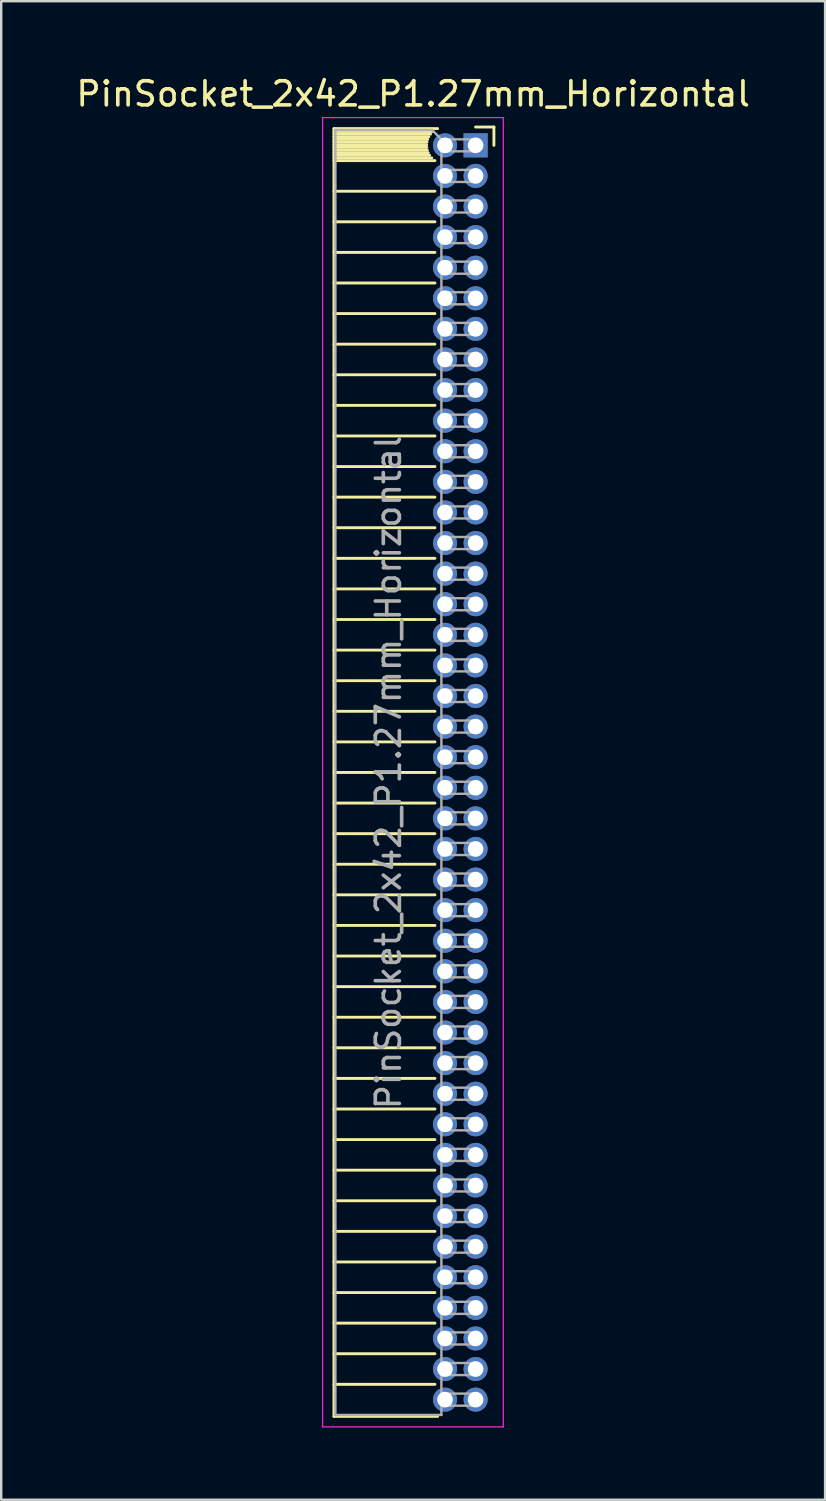
<source format=kicad_pcb>
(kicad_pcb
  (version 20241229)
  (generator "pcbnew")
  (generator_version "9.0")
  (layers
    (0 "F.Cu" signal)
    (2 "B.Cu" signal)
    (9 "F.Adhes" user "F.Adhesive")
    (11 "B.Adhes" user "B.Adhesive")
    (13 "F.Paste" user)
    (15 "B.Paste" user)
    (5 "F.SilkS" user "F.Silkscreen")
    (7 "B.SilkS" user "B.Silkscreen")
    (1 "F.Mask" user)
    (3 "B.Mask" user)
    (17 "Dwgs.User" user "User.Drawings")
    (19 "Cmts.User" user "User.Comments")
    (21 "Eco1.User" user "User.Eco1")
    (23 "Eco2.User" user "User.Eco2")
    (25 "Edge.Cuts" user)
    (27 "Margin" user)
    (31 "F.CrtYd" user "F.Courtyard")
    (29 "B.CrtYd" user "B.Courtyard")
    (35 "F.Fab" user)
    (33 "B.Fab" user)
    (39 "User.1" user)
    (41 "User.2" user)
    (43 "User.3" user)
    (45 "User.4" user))
  (footprint "PinSocket_2x42_P1.27mm_Horizontal"
    (layer "F.Cu")
    (at 16.694 2.983)
    (property "Reference" "PinSocket_2x42_P1.27mm_Horizontal" (at -2.592 -2.135 0) (layer "F.SilkS") (effects (font (size 1 1) (thickness 0.15))))
    (attr through_hole)
    (fp_line (start -5.88 -0.695) (end -5.88 52.765) (stroke (width 0.12) (type solid)) (layer "F.SilkS"))
    (fp_line (start -5.88 -0.695) (end -1.578 -0.695) (stroke (width 0.12) (type solid)) (layer "F.SilkS"))
    (fp_line (start -5.88 -0.575) (end -1.767 -0.575) (stroke (width 0.12) (type solid)) (layer "F.SilkS"))
    (fp_line (start -5.88 -0.465) (end -1.871 -0.465) (stroke (width 0.12) (type solid)) (layer "F.SilkS"))
    (fp_line (start -5.88 -0.355) (end -1.942 -0.355) (stroke (width 0.12) (type solid)) (layer "F.SilkS"))
    (fp_line (start -5.88 -0.245) (end -1.989 -0.245) (stroke (width 0.12) (type solid)) (layer "F.SilkS"))
    (fp_line (start -5.88 -0.135) (end -2.018 -0.135) (stroke (width 0.12) (type solid)) (layer "F.SilkS"))
    (fp_line (start -5.88 -0.025) (end -2.03 -0.025) (stroke (width 0.12) (type solid)) (layer "F.SilkS"))
    (fp_line (start -5.88 0.085) (end -2.025 0.085) (stroke (width 0.12) (type solid)) (layer "F.SilkS"))
    (fp_line (start -5.88 0.195) (end -2.005 0.195) (stroke (width 0.12) (type solid)) (layer "F.SilkS"))
    (fp_line (start -5.88 0.305) (end -1.966 0.305) (stroke (width 0.12) (type solid)) (layer "F.SilkS"))
    (fp_line (start -5.88 0.415) (end -1.907 0.415) (stroke (width 0.12) (type solid)) (layer "F.SilkS"))
    (fp_line (start -5.88 0.525) (end -1.82 0.525) (stroke (width 0.12) (type solid)) (layer "F.SilkS"))
    (fp_line (start -5.88 0.635) (end -1.688 0.635) (stroke (width 0.12) (type solid)) (layer "F.SilkS"))
    (fp_line (start -5.88 1.905) (end -1.688 1.905) (stroke (width 0.12) (type solid)) (layer "F.SilkS"))
    (fp_line (start -5.88 3.175) (end -1.688 3.175) (stroke (width 0.12) (type solid)) (layer "F.SilkS"))
    (fp_line (start -5.88 4.445) (end -1.688 4.445) (stroke (width 0.12) (type solid)) (layer "F.SilkS"))
    (fp_line (start -5.88 5.715) (end -1.688 5.715) (stroke (width 0.12) (type solid)) (layer "F.SilkS"))
    (fp_line (start -5.88 6.985) (end -1.688 6.985) (stroke (width 0.12) (type solid)) (layer "F.SilkS"))
    (fp_line (start -5.88 8.255) (end -1.688 8.255) (stroke (width 0.12) (type solid)) (layer "F.SilkS"))
    (fp_line (start -5.88 9.525) (end -1.688 9.525) (stroke (width 0.12) (type solid)) (layer "F.SilkS"))
    (fp_line (start -5.88 10.795) (end -1.688 10.795) (stroke (width 0.12) (type solid)) (layer "F.SilkS"))
    (fp_line (start -5.88 12.065) (end -1.688 12.065) (stroke (width 0.12) (type solid)) (layer "F.SilkS"))
    (fp_line (start -5.88 13.335) (end -1.688 13.335) (stroke (width 0.12) (type solid)) (layer "F.SilkS"))
    (fp_line (start -5.88 14.605) (end -1.688 14.605) (stroke (width 0.12) (type solid)) (layer "F.SilkS"))
    (fp_line (start -5.88 15.875) (end -1.688 15.875) (stroke (width 0.12) (type solid)) (layer "F.SilkS"))
    (fp_line (start -5.88 17.145) (end -1.688 17.145) (stroke (width 0.12) (type solid)) (layer "F.SilkS"))
    (fp_line (start -5.88 18.415) (end -1.688 18.415) (stroke (width 0.12) (type solid)) (layer "F.SilkS"))
    (fp_line (start -5.88 19.685) (end -1.688 19.685) (stroke (width 0.12) (type solid)) (layer "F.SilkS"))
    (fp_line (start -5.88 20.955) (end -1.688 20.955) (stroke (width 0.12) (type solid)) (layer "F.SilkS"))
    (fp_line (start -5.88 22.225) (end -1.688 22.225) (stroke (width 0.12) (type solid)) (layer "F.SilkS"))
    (fp_line (start -5.88 23.495) (end -1.688 23.495) (stroke (width 0.12) (type solid)) (layer "F.SilkS"))
    (fp_line (start -5.88 24.765) (end -1.688 24.765) (stroke (width 0.12) (type solid)) (layer "F.SilkS"))
    (fp_line (start -5.88 26.035) (end -1.688 26.035) (stroke (width 0.12) (type solid)) (layer "F.SilkS"))
    (fp_line (start -5.88 27.305) (end -1.688 27.305) (stroke (width 0.12) (type solid)) (layer "F.SilkS"))
    (fp_line (start -5.88 28.575) (end -1.688 28.575) (stroke (width 0.12) (type solid)) (layer "F.SilkS"))
    (fp_line (start -5.88 29.845) (end -1.688 29.845) (stroke (width 0.12) (type solid)) (layer "F.SilkS"))
    (fp_line (start -5.88 31.115) (end -1.688 31.115) (stroke (width 0.12) (type solid)) (layer "F.SilkS"))
    (fp_line (start -5.88 32.385) (end -1.688 32.385) (stroke (width 0.12) (type solid)) (layer "F.SilkS"))
    (fp_line (start -5.88 33.655) (end -1.688 33.655) (stroke (width 0.12) (type solid)) (layer "F.SilkS"))
    (fp_line (start -5.88 34.925) (end -1.688 34.925) (stroke (width 0.12) (type solid)) (layer "F.SilkS"))
    (fp_line (start -5.88 36.195) (end -1.688 36.195) (stroke (width 0.12) (type solid)) (layer "F.SilkS"))
    (fp_line (start -5.88 37.465) (end -1.688 37.465) (stroke (width 0.12) (type solid)) (layer "F.SilkS"))
    (fp_line (start -5.88 38.735) (end -1.688 38.735) (stroke (width 0.12) (type solid)) (layer "F.SilkS"))
    (fp_line (start -5.88 40.005) (end -1.688 40.005) (stroke (width 0.12) (type solid)) (layer "F.SilkS"))
    (fp_line (start -5.88 41.275) (end -1.688 41.275) (stroke (width 0.12) (type solid)) (layer "F.SilkS"))
    (fp_line (start -5.88 42.545) (end -1.688 42.545) (stroke (width 0.12) (type solid)) (layer "F.SilkS"))
    (fp_line (start -5.88 43.815) (end -1.688 43.815) (stroke (width 0.12) (type solid)) (layer "F.SilkS"))
    (fp_line (start -5.88 45.085) (end -1.688 45.085) (stroke (width 0.12) (type solid)) (layer "F.SilkS"))
    (fp_line (start -5.88 46.355) (end -1.688 46.355) (stroke (width 0.12) (type solid)) (layer "F.SilkS"))
    (fp_line (start -5.88 47.625) (end -1.688 47.625) (stroke (width 0.12) (type solid)) (layer "F.SilkS"))
    (fp_line (start -5.88 48.895) (end -1.688 48.895) (stroke (width 0.12) (type solid)) (layer "F.SilkS"))
    (fp_line (start -5.88 50.165) (end -1.688 50.165) (stroke (width 0.12) (type solid)) (layer "F.SilkS"))
    (fp_line (start -5.88 51.435) (end -1.688 51.435) (stroke (width 0.12) (type solid)) (layer "F.SilkS"))
    (fp_line (start -5.88 52.765) (end -1.578 52.765) (stroke (width 0.12) (type solid)) (layer "F.SilkS"))
    (fp_line (start 0 -0.76) (end 0.76 -0.76) (stroke (width 0.12) (type solid)) (layer "F.SilkS"))
    (fp_line (start 0.76 -0.76) (end 0.76 0) (stroke (width 0.12) (type solid)) (layer "F.SilkS"))
    (fp_line (start -6.35 -1.15) (end -6.35 53.2) (stroke (width 0.05) (type solid)) (layer "F.CrtYd"))
    (fp_line (start -6.35 53.2) (end 1.15 53.2) (stroke (width 0.05) (type solid)) (layer "F.CrtYd"))
    (fp_line (start 1.15 -1.15) (end -6.35 -1.15) (stroke (width 0.05) (type solid)) (layer "F.CrtYd"))
    (fp_line (start 1.15 53.2) (end 1.15 -1.15) (stroke (width 0.05) (type solid)) (layer "F.CrtYd"))
    (fp_line (start -5.82 -0.635) (end -1.805 -0.635) (stroke (width 0.1) (type solid)) (layer "F.Fab"))
    (fp_line (start -5.82 52.705) (end -5.82 -0.635) (stroke (width 0.1) (type solid)) (layer "F.Fab"))
    (fp_line (start -1.805 -0.635) (end -1.42 -0.25) (stroke (width 0.1) (type solid)) (layer "F.Fab"))
    (fp_line (start -1.42 -0.25) (end -1.42 52.705) (stroke (width 0.1) (type solid)) (layer "F.Fab"))
    (fp_line (start -1.42 0.25) (end 0 0.25) (stroke (width 0.1) (type solid)) (layer "F.Fab"))
    (fp_line (start -1.42 1.52) (end 0 1.52) (stroke (width 0.1) (type solid)) (layer "F.Fab"))
    (fp_line (start -1.42 2.79) (end 0 2.79) (stroke (width 0.1) (type solid)) (layer "F.Fab"))
    (fp_line (start -1.42 4.06) (end 0 4.06) (stroke (width 0.1) (type solid)) (layer "F.Fab"))
    (fp_line (start -1.42 5.33) (end 0 5.33) (stroke (width 0.1) (type solid)) (layer "F.Fab"))
    (fp_line (start -1.42 6.6) (end 0 6.6) (stroke (width 0.1) (type solid)) (layer "F.Fab"))
    (fp_line (start -1.42 7.87) (end 0 7.87) (stroke (width 0.1) (type solid)) (layer "F.Fab"))
    (fp_line (start -1.42 9.14) (end 0 9.14) (stroke (width 0.1) (type solid)) (layer "F.Fab"))
    (fp_line (start -1.42 10.41) (end 0 10.41) (stroke (width 0.1) (type solid)) (layer "F.Fab"))
    (fp_line (start -1.42 11.68) (end 0 11.68) (stroke (width 0.1) (type solid)) (layer "F.Fab"))
    (fp_line (start -1.42 12.95) (end 0 12.95) (stroke (width 0.1) (type solid)) (layer "F.Fab"))
    (fp_line (start -1.42 14.22) (end 0 14.22) (stroke (width 0.1) (type solid)) (layer "F.Fab"))
    (fp_line (start -1.42 15.49) (end 0 15.49) (stroke (width 0.1) (type solid)) (layer "F.Fab"))
    (fp_line (start -1.42 16.76) (end 0 16.76) (stroke (width 0.1) (type solid)) (layer "F.Fab"))
    (fp_line (start -1.42 18.03) (end 0 18.03) (stroke (width 0.1) (type solid)) (layer "F.Fab"))
    (fp_line (start -1.42 19.3) (end 0 19.3) (stroke (width 0.1) (type solid)) (layer "F.Fab"))
    (fp_line (start -1.42 20.57) (end 0 20.57) (stroke (width 0.1) (type solid)) (layer "F.Fab"))
    (fp_line (start -1.42 21.84) (end 0 21.84) (stroke (width 0.1) (type solid)) (layer "F.Fab"))
    (fp_line (start -1.42 23.11) (end 0 23.11) (stroke (width 0.1) (type solid)) (layer "F.Fab"))
    (fp_line (start -1.42 24.38) (end 0 24.38) (stroke (width 0.1) (type solid)) (layer "F.Fab"))
    (fp_line (start -1.42 25.65) (end 0 25.65) (stroke (width 0.1) (type solid)) (layer "F.Fab"))
    (fp_line (start -1.42 26.92) (end 0 26.92) (stroke (width 0.1) (type solid)) (layer "F.Fab"))
    (fp_line (start -1.42 28.19) (end 0 28.19) (stroke (width 0.1) (type solid)) (layer "F.Fab"))
    (fp_line (start -1.42 29.46) (end 0 29.46) (stroke (width 0.1) (type solid)) (layer "F.Fab"))
    (fp_line (start -1.42 30.73) (end 0 30.73) (stroke (width 0.1) (type solid)) (layer "F.Fab"))
    (fp_line (start -1.42 32) (end 0 32) (stroke (width 0.1) (type solid)) (layer "F.Fab"))
    (fp_line (start -1.42 33.27) (end 0 33.27) (stroke (width 0.1) (type solid)) (layer "F.Fab"))
    (fp_line (start -1.42 34.54) (end 0 34.54) (stroke (width 0.1) (type solid)) (layer "F.Fab"))
    (fp_line (start -1.42 35.81) (end 0 35.81) (stroke (width 0.1) (type solid)) (layer "F.Fab"))
    (fp_line (start -1.42 37.08) (end 0 37.08) (stroke (width 0.1) (type solid)) (layer "F.Fab"))
    (fp_line (start -1.42 38.35) (end 0 38.35) (stroke (width 0.1) (type solid)) (layer "F.Fab"))
    (fp_line (start -1.42 39.62) (end 0 39.62) (stroke (width 0.1) (type solid)) (layer "F.Fab"))
    (fp_line (start -1.42 40.89) (end 0 40.89) (stroke (width 0.1) (type solid)) (layer "F.Fab"))
    (fp_line (start -1.42 42.16) (end 0 42.16) (stroke (width 0.1) (type solid)) (layer "F.Fab"))
    (fp_line (start -1.42 43.43) (end 0 43.43) (stroke (width 0.1) (type solid)) (layer "F.Fab"))
    (fp_line (start -1.42 44.7) (end 0 44.7) (stroke (width 0.1) (type solid)) (layer "F.Fab"))
    (fp_line (start -1.42 45.97) (end 0 45.97) (stroke (width 0.1) (type solid)) (layer "F.Fab"))
    (fp_line (start -1.42 47.24) (end 0 47.24) (stroke (width 0.1) (type solid)) (layer "F.Fab"))
    (fp_line (start -1.42 48.51) (end 0 48.51) (stroke (width 0.1) (type solid)) (layer "F.Fab"))
    (fp_line (start -1.42 49.78) (end 0 49.78) (stroke (width 0.1) (type solid)) (layer "F.Fab"))
    (fp_line (start -1.42 51.05) (end 0 51.05) (stroke (width 0.1) (type solid)) (layer "F.Fab"))
    (fp_line (start -1.42 52.32) (end 0 52.32) (stroke (width 0.1) (type solid)) (layer "F.Fab"))
    (fp_line (start -1.42 52.705) (end -5.82 52.705) (stroke (width 0.1) (type solid)) (layer "F.Fab"))
    (fp_line (start 0 -0.25) (end -1.42 -0.25) (stroke (width 0.1) (type solid)) (layer "F.Fab"))
    (fp_line (start 0 0.25) (end 0 -0.25) (stroke (width 0.1) (type solid)) (layer "F.Fab"))
    (fp_line (start 0 1.02) (end -1.42 1.02) (stroke (width 0.1) (type solid)) (layer "F.Fab"))
    (fp_line (start 0 1.52) (end 0 1.02) (stroke (width 0.1) (type solid)) (layer "F.Fab"))
    (fp_line (start 0 2.29) (end -1.42 2.29) (stroke (width 0.1) (type solid)) (layer "F.Fab"))
    (fp_line (start 0 2.79) (end 0 2.29) (stroke (width 0.1) (type solid)) (layer "F.Fab"))
    (fp_line (start 0 3.56) (end -1.42 3.56) (stroke (width 0.1) (type solid)) (layer "F.Fab"))
    (fp_line (start 0 4.06) (end 0 3.56) (stroke (width 0.1) (type solid)) (layer "F.Fab"))
    (fp_line (start 0 4.83) (end -1.42 4.83) (stroke (width 0.1) (type solid)) (layer "F.Fab"))
    (fp_line (start 0 5.33) (end 0 4.83) (stroke (width 0.1) (type solid)) (layer "F.Fab"))
    (fp_line (start 0 6.1) (end -1.42 6.1) (stroke (width 0.1) (type solid)) (layer "F.Fab"))
    (fp_line (start 0 6.6) (end 0 6.1) (stroke (width 0.1) (type solid)) (layer "F.Fab"))
    (fp_line (start 0 7.37) (end -1.42 7.37) (stroke (width 0.1) (type solid)) (layer "F.Fab"))
    (fp_line (start 0 7.87) (end 0 7.37) (stroke (width 0.1) (type solid)) (layer "F.Fab"))
    (fp_line (start 0 8.64) (end -1.42 8.64) (stroke (width 0.1) (type solid)) (layer "F.Fab"))
    (fp_line (start 0 9.14) (end 0 8.64) (stroke (width 0.1) (type solid)) (layer "F.Fab"))
    (fp_line (start 0 9.91) (end -1.42 9.91) (stroke (width 0.1) (type solid)) (layer "F.Fab"))
    (fp_line (start 0 10.41) (end 0 9.91) (stroke (width 0.1) (type solid)) (layer "F.Fab"))
    (fp_line (start 0 11.18) (end -1.42 11.18) (stroke (width 0.1) (type solid)) (layer "F.Fab"))
    (fp_line (start 0 11.68) (end 0 11.18) (stroke (width 0.1) (type solid)) (layer "F.Fab"))
    (fp_line (start 0 12.45) (end -1.42 12.45) (stroke (width 0.1) (type solid)) (layer "F.Fab"))
    (fp_line (start 0 12.95) (end 0 12.45) (stroke (width 0.1) (type solid)) (layer "F.Fab"))
    (fp_line (start 0 13.72) (end -1.42 13.72) (stroke (width 0.1) (type solid)) (layer "F.Fab"))
    (fp_line (start 0 14.22) (end 0 13.72) (stroke (width 0.1) (type solid)) (layer "F.Fab"))
    (fp_line (start 0 14.99) (end -1.42 14.99) (stroke (width 0.1) (type solid)) (layer "F.Fab"))
    (fp_line (start 0 15.49) (end 0 14.99) (stroke (width 0.1) (type solid)) (layer "F.Fab"))
    (fp_line (start 0 16.26) (end -1.42 16.26) (stroke (width 0.1) (type solid)) (layer "F.Fab"))
    (fp_line (start 0 16.76) (end 0 16.26) (stroke (width 0.1) (type solid)) (layer "F.Fab"))
    (fp_line (start 0 17.53) (end -1.42 17.53) (stroke (width 0.1) (type solid)) (layer "F.Fab"))
    (fp_line (start 0 18.03) (end 0 17.53) (stroke (width 0.1) (type solid)) (layer "F.Fab"))
    (fp_line (start 0 18.8) (end -1.42 18.8) (stroke (width 0.1) (type solid)) (layer "F.Fab"))
    (fp_line (start 0 19.3) (end 0 18.8) (stroke (width 0.1) (type solid)) (layer "F.Fab"))
    (fp_line (start 0 20.07) (end -1.42 20.07) (stroke (width 0.1) (type solid)) (layer "F.Fab"))
    (fp_line (start 0 20.57) (end 0 20.07) (stroke (width 0.1) (type solid)) (layer "F.Fab"))
    (fp_line (start 0 21.34) (end -1.42 21.34) (stroke (width 0.1) (type solid)) (layer "F.Fab"))
    (fp_line (start 0 21.84) (end 0 21.34) (stroke (width 0.1) (type solid)) (layer "F.Fab"))
    (fp_line (start 0 22.61) (end -1.42 22.61) (stroke (width 0.1) (type solid)) (layer "F.Fab"))
    (fp_line (start 0 23.11) (end 0 22.61) (stroke (width 0.1) (type solid)) (layer "F.Fab"))
    (fp_line (start 0 23.88) (end -1.42 23.88) (stroke (width 0.1) (type solid)) (layer "F.Fab"))
    (fp_line (start 0 24.38) (end 0 23.88) (stroke (width 0.1) (type solid)) (layer "F.Fab"))
    (fp_line (start 0 25.15) (end -1.42 25.15) (stroke (width 0.1) (type solid)) (layer "F.Fab"))
    (fp_line (start 0 25.65) (end 0 25.15) (stroke (width 0.1) (type solid)) (layer "F.Fab"))
    (fp_line (start 0 26.42) (end -1.42 26.42) (stroke (width 0.1) (type solid)) (layer "F.Fab"))
    (fp_line (start 0 26.92) (end 0 26.42) (stroke (width 0.1) (type solid)) (layer "F.Fab"))
    (fp_line (start 0 27.69) (end -1.42 27.69) (stroke (width 0.1) (type solid)) (layer "F.Fab"))
    (fp_line (start 0 28.19) (end 0 27.69) (stroke (width 0.1) (type solid)) (layer "F.Fab"))
    (fp_line (start 0 28.96) (end -1.42 28.96) (stroke (width 0.1) (type solid)) (layer "F.Fab"))
    (fp_line (start 0 29.46) (end 0 28.96) (stroke (width 0.1) (type solid)) (layer "F.Fab"))
    (fp_line (start 0 30.23) (end -1.42 30.23) (stroke (width 0.1) (type solid)) (layer "F.Fab"))
    (fp_line (start 0 30.73) (end 0 30.23) (stroke (width 0.1) (type solid)) (layer "F.Fab"))
    (fp_line (start 0 31.5) (end -1.42 31.5) (stroke (width 0.1) (type solid)) (layer "F.Fab"))
    (fp_line (start 0 32) (end 0 31.5) (stroke (width 0.1) (type solid)) (layer "F.Fab"))
    (fp_line (start 0 32.77) (end -1.42 32.77) (stroke (width 0.1) (type solid)) (layer "F.Fab"))
    (fp_line (start 0 33.27) (end 0 32.77) (stroke (width 0.1) (type solid)) (layer "F.Fab"))
    (fp_line (start 0 34.04) (end -1.42 34.04) (stroke (width 0.1) (type solid)) (layer "F.Fab"))
    (fp_line (start 0 34.54) (end 0 34.04) (stroke (width 0.1) (type solid)) (layer "F.Fab"))
    (fp_line (start 0 35.31) (end -1.42 35.31) (stroke (width 0.1) (type solid)) (layer "F.Fab"))
    (fp_line (start 0 35.81) (end 0 35.31) (stroke (width 0.1) (type solid)) (layer "F.Fab"))
    (fp_line (start 0 36.58) (end -1.42 36.58) (stroke (width 0.1) (type solid)) (layer "F.Fab"))
    (fp_line (start 0 37.08) (end 0 36.58) (stroke (width 0.1) (type solid)) (layer "F.Fab"))
    (fp_line (start 0 37.85) (end -1.42 37.85) (stroke (width 0.1) (type solid)) (layer "F.Fab"))
    (fp_line (start 0 38.35) (end 0 37.85) (stroke (width 0.1) (type solid)) (layer "F.Fab"))
    (fp_line (start 0 39.12) (end -1.42 39.12) (stroke (width 0.1) (type solid)) (layer "F.Fab"))
    (fp_line (start 0 39.62) (end 0 39.12) (stroke (width 0.1) (type solid)) (layer "F.Fab"))
    (fp_line (start 0 40.39) (end -1.42 40.39) (stroke (width 0.1) (type solid)) (layer "F.Fab"))
    (fp_line (start 0 40.89) (end 0 40.39) (stroke (width 0.1) (type solid)) (layer "F.Fab"))
    (fp_line (start 0 41.66) (end -1.42 41.66) (stroke (width 0.1) (type solid)) (layer "F.Fab"))
    (fp_line (start 0 42.16) (end 0 41.66) (stroke (width 0.1) (type solid)) (layer "F.Fab"))
    (fp_line (start 0 42.93) (end -1.42 42.93) (stroke (width 0.1) (type solid)) (layer "F.Fab"))
    (fp_line (start 0 43.43) (end 0 42.93) (stroke (width 0.1) (type solid)) (layer "F.Fab"))
    (fp_line (start 0 44.2) (end -1.42 44.2) (stroke (width 0.1) (type solid)) (layer "F.Fab"))
    (fp_line (start 0 44.7) (end 0 44.2) (stroke (width 0.1) (type solid)) (layer "F.Fab"))
    (fp_line (start 0 45.47) (end -1.42 45.47) (stroke (width 0.1) (type solid)) (layer "F.Fab"))
    (fp_line (start 0 45.97) (end 0 45.47) (stroke (width 0.1) (type solid)) (layer "F.Fab"))
    (fp_line (start 0 46.74) (end -1.42 46.74) (stroke (width 0.1) (type solid)) (layer "F.Fab"))
    (fp_line (start 0 47.24) (end 0 46.74) (stroke (width 0.1) (type solid)) (layer "F.Fab"))
    (fp_line (start 0 48.01) (end -1.42 48.01) (stroke (width 0.1) (type solid)) (layer "F.Fab"))
    (fp_line (start 0 48.51) (end 0 48.01) (stroke (width 0.1) (type solid)) (layer "F.Fab"))
    (fp_line (start 0 49.28) (end -1.42 49.28) (stroke (width 0.1) (type solid)) (layer "F.Fab"))
    (fp_line (start 0 49.78) (end 0 49.28) (stroke (width 0.1) (type solid)) (layer "F.Fab"))
    (fp_line (start 0 50.55) (end -1.42 50.55) (stroke (width 0.1) (type solid)) (layer "F.Fab"))
    (fp_line (start 0 51.05) (end 0 50.55) (stroke (width 0.1) (type solid)) (layer "F.Fab"))
    (fp_line (start 0 51.82) (end -1.42 51.82) (stroke (width 0.1) (type solid)) (layer "F.Fab"))
    (fp_line (start 0 52.32) (end 0 51.82) (stroke (width 0.1) (type solid)) (layer "F.Fab"))
    (fp_text user "${REFERENCE}" (at -3.62 26.035 90) (layer "F.Fab") (effects (font (size 1 1) (thickness 0.15))))
    (pad "1" thru_hole rect (at 0 0) (size 1 1) (drill 0.65) (layers "*.Cu" "*.Mask"))
    (pad "2" thru_hole circle (at -1.27 0) (size 1 1) (drill 0.65) (layers "*.Cu" "*.Mask"))
    (pad "3" thru_hole circle (at 0 1.27) (size 1 1) (drill 0.65) (layers "*.Cu" "*.Mask"))
    (pad "4" thru_hole circle (at -1.27 1.27) (size 1 1) (drill 0.65) (layers "*.Cu" "*.Mask"))
    (pad "5" thru_hole circle (at 0 2.54) (size 1 1) (drill 0.65) (layers "*.Cu" "*.Mask"))
    (pad "6" thru_hole circle (at -1.27 2.54) (size 1 1) (drill 0.65) (layers "*.Cu" "*.Mask"))
    (pad "7" thru_hole circle (at 0 3.81) (size 1 1) (drill 0.65) (layers "*.Cu" "*.Mask"))
    (pad "8" thru_hole circle (at -1.27 3.81) (size 1 1) (drill 0.65) (layers "*.Cu" "*.Mask"))
    (pad "9" thru_hole circle (at 0 5.08) (size 1 1) (drill 0.65) (layers "*.Cu" "*.Mask"))
    (pad "10" thru_hole circle (at -1.27 5.08) (size 1 1) (drill 0.65) (layers "*.Cu" "*.Mask"))
    (pad "11" thru_hole circle (at 0 6.35) (size 1 1) (drill 0.65) (layers "*.Cu" "*.Mask"))
    (pad "12" thru_hole circle (at -1.27 6.35) (size 1 1) (drill 0.65) (layers "*.Cu" "*.Mask"))
    (pad "13" thru_hole circle (at 0 7.62) (size 1 1) (drill 0.65) (layers "*.Cu" "*.Mask"))
    (pad "14" thru_hole circle (at -1.27 7.62) (size 1 1) (drill 0.65) (layers "*.Cu" "*.Mask"))
    (pad "15" thru_hole circle (at 0 8.89) (size 1 1) (drill 0.65) (layers "*.Cu" "*.Mask"))
    (pad "16" thru_hole circle (at -1.27 8.89) (size 1 1) (drill 0.65) (layers "*.Cu" "*.Mask"))
    (pad "17" thru_hole circle (at 0 10.16) (size 1 1) (drill 0.65) (layers "*.Cu" "*.Mask"))
    (pad "18" thru_hole circle (at -1.27 10.16) (size 1 1) (drill 0.65) (layers "*.Cu" "*.Mask"))
    (pad "19" thru_hole circle (at 0 11.43) (size 1 1) (drill 0.65) (layers "*.Cu" "*.Mask"))
    (pad "20" thru_hole circle (at -1.27 11.43) (size 1 1) (drill 0.65) (layers "*.Cu" "*.Mask"))
    (pad "21" thru_hole circle (at 0 12.7) (size 1 1) (drill 0.65) (layers "*.Cu" "*.Mask"))
    (pad "22" thru_hole circle (at -1.27 12.7) (size 1 1) (drill 0.65) (layers "*.Cu" "*.Mask"))
    (pad "23" thru_hole circle (at 0 13.97) (size 1 1) (drill 0.65) (layers "*.Cu" "*.Mask"))
    (pad "24" thru_hole circle (at -1.27 13.97) (size 1 1) (drill 0.65) (layers "*.Cu" "*.Mask"))
    (pad "25" thru_hole circle (at 0 15.24) (size 1 1) (drill 0.65) (layers "*.Cu" "*.Mask"))
    (pad "26" thru_hole circle (at -1.27 15.24) (size 1 1) (drill 0.65) (layers "*.Cu" "*.Mask"))
    (pad "27" thru_hole circle (at 0 16.51) (size 1 1) (drill 0.65) (layers "*.Cu" "*.Mask"))
    (pad "28" thru_hole circle (at -1.27 16.51) (size 1 1) (drill 0.65) (layers "*.Cu" "*.Mask"))
    (pad "29" thru_hole circle (at 0 17.78) (size 1 1) (drill 0.65) (layers "*.Cu" "*.Mask"))
    (pad "30" thru_hole circle (at -1.27 17.78) (size 1 1) (drill 0.65) (layers "*.Cu" "*.Mask"))
    (pad "31" thru_hole circle (at 0 19.05) (size 1 1) (drill 0.65) (layers "*.Cu" "*.Mask"))
    (pad "32" thru_hole circle (at -1.27 19.05) (size 1 1) (drill 0.65) (layers "*.Cu" "*.Mask"))
    (pad "33" thru_hole circle (at 0 20.32) (size 1 1) (drill 0.65) (layers "*.Cu" "*.Mask"))
    (pad "34" thru_hole circle (at -1.27 20.32) (size 1 1) (drill 0.65) (layers "*.Cu" "*.Mask"))
    (pad "35" thru_hole circle (at 0 21.59) (size 1 1) (drill 0.65) (layers "*.Cu" "*.Mask"))
    (pad "36" thru_hole circle (at -1.27 21.59) (size 1 1) (drill 0.65) (layers "*.Cu" "*.Mask"))
    (pad "37" thru_hole circle (at 0 22.86) (size 1 1) (drill 0.65) (layers "*.Cu" "*.Mask"))
    (pad "38" thru_hole circle (at -1.27 22.86) (size 1 1) (drill 0.65) (layers "*.Cu" "*.Mask"))
    (pad "39" thru_hole circle (at 0 24.13) (size 1 1) (drill 0.65) (layers "*.Cu" "*.Mask"))
    (pad "40" thru_hole circle (at -1.27 24.13) (size 1 1) (drill 0.65) (layers "*.Cu" "*.Mask"))
    (pad "41" thru_hole circle (at 0 25.4) (size 1 1) (drill 0.65) (layers "*.Cu" "*.Mask"))
    (pad "42" thru_hole circle (at -1.27 25.4) (size 1 1) (drill 0.65) (layers "*.Cu" "*.Mask"))
    (pad "43" thru_hole circle (at 0 26.67) (size 1 1) (drill 0.65) (layers "*.Cu" "*.Mask"))
    (pad "44" thru_hole circle (at -1.27 26.67) (size 1 1) (drill 0.65) (layers "*.Cu" "*.Mask"))
    (pad "45" thru_hole circle (at 0 27.94) (size 1 1) (drill 0.65) (layers "*.Cu" "*.Mask"))
    (pad "46" thru_hole circle (at -1.27 27.94) (size 1 1) (drill 0.65) (layers "*.Cu" "*.Mask"))
    (pad "47" thru_hole circle (at 0 29.21) (size 1 1) (drill 0.65) (layers "*.Cu" "*.Mask"))
    (pad "48" thru_hole circle (at -1.27 29.21) (size 1 1) (drill 0.65) (layers "*.Cu" "*.Mask"))
    (pad "49" thru_hole circle (at 0 30.48) (size 1 1) (drill 0.65) (layers "*.Cu" "*.Mask"))
    (pad "50" thru_hole circle (at -1.27 30.48) (size 1 1) (drill 0.65) (layers "*.Cu" "*.Mask"))
    (pad "51" thru_hole circle (at 0 31.75) (size 1 1) (drill 0.65) (layers "*.Cu" "*.Mask"))
    (pad "52" thru_hole circle (at -1.27 31.75) (size 1 1) (drill 0.65) (layers "*.Cu" "*.Mask"))
    (pad "53" thru_hole circle (at 0 33.02) (size 1 1) (drill 0.65) (layers "*.Cu" "*.Mask"))
    (pad "54" thru_hole circle (at -1.27 33.02) (size 1 1) (drill 0.65) (layers "*.Cu" "*.Mask"))
    (pad "55" thru_hole circle (at 0 34.29) (size 1 1) (drill 0.65) (layers "*.Cu" "*.Mask"))
    (pad "56" thru_hole circle (at -1.27 34.29) (size 1 1) (drill 0.65) (layers "*.Cu" "*.Mask"))
    (pad "57" thru_hole circle (at 0 35.56) (size 1 1) (drill 0.65) (layers "*.Cu" "*.Mask"))
    (pad "58" thru_hole circle (at -1.27 35.56) (size 1 1) (drill 0.65) (layers "*.Cu" "*.Mask"))
    (pad "59" thru_hole circle (at 0 36.83) (size 1 1) (drill 0.65) (layers "*.Cu" "*.Mask"))
    (pad "60" thru_hole circle (at -1.27 36.83) (size 1 1) (drill 0.65) (layers "*.Cu" "*.Mask"))
    (pad "61" thru_hole circle (at 0 38.1) (size 1 1) (drill 0.65) (layers "*.Cu" "*.Mask"))
    (pad "62" thru_hole circle (at -1.27 38.1) (size 1 1) (drill 0.65) (layers "*.Cu" "*.Mask"))
    (pad "63" thru_hole circle (at 0 39.37) (size 1 1) (drill 0.65) (layers "*.Cu" "*.Mask"))
    (pad "64" thru_hole circle (at -1.27 39.37) (size 1 1) (drill 0.65) (layers "*.Cu" "*.Mask"))
    (pad "65" thru_hole circle (at 0 40.64) (size 1 1) (drill 0.65) (layers "*.Cu" "*.Mask"))
    (pad "66" thru_hole circle (at -1.27 40.64) (size 1 1) (drill 0.65) (layers "*.Cu" "*.Mask"))
    (pad "67" thru_hole circle (at 0 41.91) (size 1 1) (drill 0.65) (layers "*.Cu" "*.Mask"))
    (pad "68" thru_hole circle (at -1.27 41.91) (size 1 1) (drill 0.65) (layers "*.Cu" "*.Mask"))
    (pad "69" thru_hole circle (at 0 43.18) (size 1 1) (drill 0.65) (layers "*.Cu" "*.Mask"))
    (pad "70" thru_hole circle (at -1.27 43.18) (size 1 1) (drill 0.65) (layers "*.Cu" "*.Mask"))
    (pad "71" thru_hole circle (at 0 44.45) (size 1 1) (drill 0.65) (layers "*.Cu" "*.Mask"))
    (pad "72" thru_hole circle (at -1.27 44.45) (size 1 1) (drill 0.65) (layers "*.Cu" "*.Mask"))
    (pad "73" thru_hole circle (at 0 45.72) (size 1 1) (drill 0.65) (layers "*.Cu" "*.Mask"))
    (pad "74" thru_hole circle (at -1.27 45.72) (size 1 1) (drill 0.65) (layers "*.Cu" "*.Mask"))
    (pad "75" thru_hole circle (at 0 46.99) (size 1 1) (drill 0.65) (layers "*.Cu" "*.Mask"))
    (pad "76" thru_hole circle (at -1.27 46.99) (size 1 1) (drill 0.65) (layers "*.Cu" "*.Mask"))
    (pad "77" thru_hole circle (at 0 48.26) (size 1 1) (drill 0.65) (layers "*.Cu" "*.Mask"))
    (pad "78" thru_hole circle (at -1.27 48.26) (size 1 1) (drill 0.65) (layers "*.Cu" "*.Mask"))
    (pad "79" thru_hole circle (at 0 49.53) (size 1 1) (drill 0.65) (layers "*.Cu" "*.Mask"))
    (pad "80" thru_hole circle (at -1.27 49.53) (size 1 1) (drill 0.65) (layers "*.Cu" "*.Mask"))
    (pad "81" thru_hole circle (at 0 50.8) (size 1 1) (drill 0.65) (layers "*.Cu" "*.Mask"))
    (pad "82" thru_hole circle (at -1.27 50.8) (size 1 1) (drill 0.65) (layers "*.Cu" "*.Mask"))
    (pad "83" thru_hole circle (at 0 52.07) (size 1 1) (drill 0.65) (layers "*.Cu" "*.Mask"))
    (pad "84" thru_hole circle (at -1.27 52.07) (size 1 1) (drill 0.65) (layers "*.Cu" "*.Mask")))
  (gr_rect
    (start -3 -3)
    (end 31.202 59.208)
    (stroke (width 0.1) (type default))
    (fill no)
    (layer "Edge.Cuts")))
</source>
